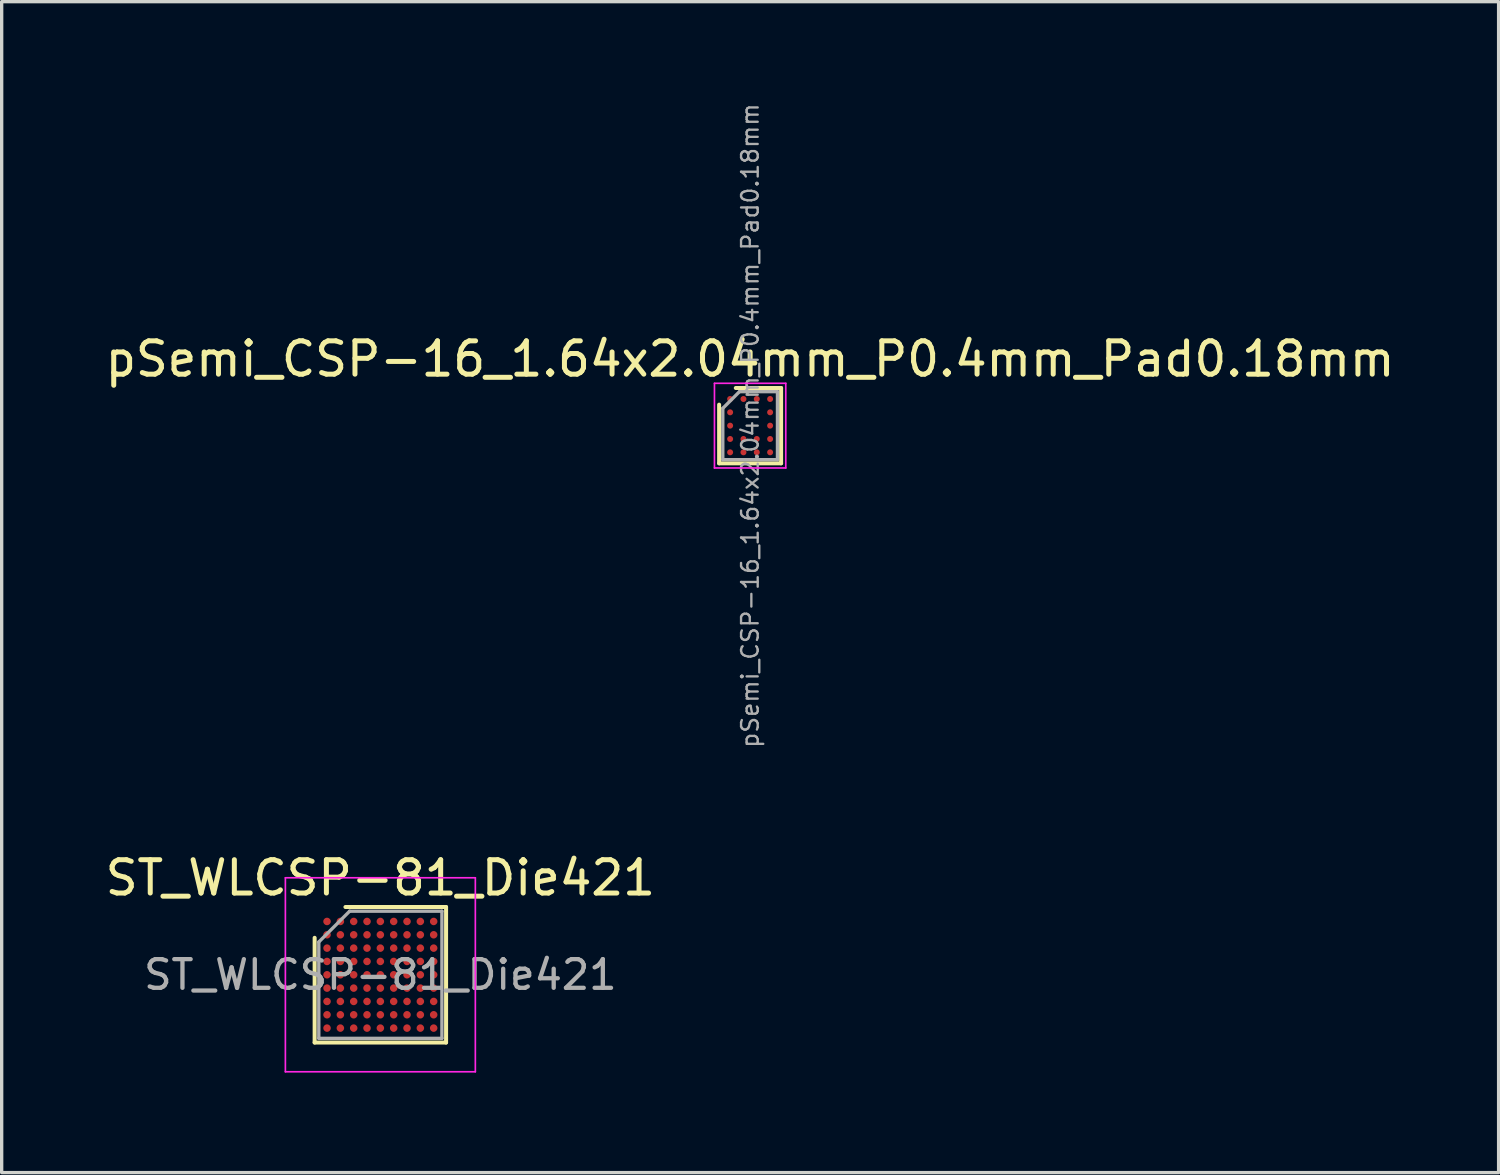
<source format=kicad_pcb>
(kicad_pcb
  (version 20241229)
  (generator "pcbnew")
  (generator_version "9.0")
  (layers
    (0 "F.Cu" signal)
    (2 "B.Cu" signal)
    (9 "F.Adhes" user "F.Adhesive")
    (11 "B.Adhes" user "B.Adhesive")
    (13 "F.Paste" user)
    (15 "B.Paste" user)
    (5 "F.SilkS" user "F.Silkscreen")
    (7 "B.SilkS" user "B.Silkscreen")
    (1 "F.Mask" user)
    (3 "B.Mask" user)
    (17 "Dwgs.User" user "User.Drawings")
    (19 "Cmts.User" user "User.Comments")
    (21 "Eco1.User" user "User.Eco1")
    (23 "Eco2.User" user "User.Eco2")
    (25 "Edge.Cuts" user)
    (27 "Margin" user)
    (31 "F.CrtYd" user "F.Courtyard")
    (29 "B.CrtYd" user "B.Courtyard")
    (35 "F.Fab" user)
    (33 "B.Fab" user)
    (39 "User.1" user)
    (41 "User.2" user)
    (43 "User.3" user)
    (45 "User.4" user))
  (footprint "ST_WLCSP-81_Die421"
    (layer "F.Cu")
    (at 8.363 26.199)
    (property "Reference" "ST_WLCSP-81_Die421" (at 0 -2.908 0) (layer "F.SilkS") (effects (font (size 1 1) (thickness 0.15))))
    (attr smd)
    (fp_line (start -1.972 2.033) (end -1.972 -1.109) (stroke (width 0.12) (type solid)) (layer "F.SilkS"))
    (fp_line (start -1.048 -2.033) (end 1.972 -2.033) (stroke (width 0.12) (type solid)) (layer "F.SilkS"))
    (fp_line (start 1.972 -2.033) (end 1.972 2.033) (stroke (width 0.12) (type solid)) (layer "F.SilkS"))
    (fp_line (start 1.972 2.033) (end -1.972 2.033) (stroke (width 0.12) (type solid)) (layer "F.SilkS"))
    (fp_line (start -2.85 -2.91) (end -2.85 2.91) (stroke (width 0.05) (type solid)) (layer "F.CrtYd"))
    (fp_line (start -2.85 2.91) (end 2.85 2.91) (stroke (width 0.05) (type solid)) (layer "F.CrtYd"))
    (fp_line (start 2.85 -2.91) (end -2.85 -2.91) (stroke (width 0.05) (type solid)) (layer "F.CrtYd"))
    (fp_line (start 2.85 2.91) (end 2.85 -2.91) (stroke (width 0.05) (type solid)) (layer "F.CrtYd"))
    (fp_line (start -1.847 -0.984) (end -0.923 -1.907) (stroke (width 0.1) (type solid)) (layer "F.Fab"))
    (fp_line (start -1.847 1.907) (end -1.847 -0.984) (stroke (width 0.1) (type solid)) (layer "F.Fab"))
    (fp_line (start -0.923 -1.907) (end 1.847 -1.907) (stroke (width 0.1) (type solid)) (layer "F.Fab"))
    (fp_line (start 1.847 -1.907) (end 1.847 1.907) (stroke (width 0.1) (type solid)) (layer "F.Fab"))
    (fp_line (start 1.847 1.907) (end -1.847 1.907) (stroke (width 0.1) (type solid)) (layer "F.Fab"))
    (fp_text user "${REFERENCE}" (at 0 0 0) (layer "F.Fab") (effects (font (size 0.86 0.86) (thickness 0.129))))
    (pad "A1" smd circle (at -1.6 -1.6) (size 0.225 0.225) (layers "F.Cu" "F.Mask" "F.Paste"))
    (pad "A2" smd circle (at -1.2 -1.6) (size 0.225 0.225) (layers "F.Cu" "F.Mask" "F.Paste"))
    (pad "A3" smd circle (at -0.8 -1.6) (size 0.225 0.225) (layers "F.Cu" "F.Mask" "F.Paste"))
    (pad "A4" smd circle (at -0.4 -1.6) (size 0.225 0.225) (layers "F.Cu" "F.Mask" "F.Paste"))
    (pad "A5" smd circle (at 0 -1.6) (size 0.225 0.225) (layers "F.Cu" "F.Mask" "F.Paste"))
    (pad "A6" smd circle (at 0.4 -1.6) (size 0.225 0.225) (layers "F.Cu" "F.Mask" "F.Paste"))
    (pad "A7" smd circle (at 0.8 -1.6) (size 0.225 0.225) (layers "F.Cu" "F.Mask" "F.Paste"))
    (pad "A8" smd circle (at 1.2 -1.6) (size 0.225 0.225) (layers "F.Cu" "F.Mask" "F.Paste"))
    (pad "A9" smd circle (at 1.6 -1.6) (size 0.225 0.225) (layers "F.Cu" "F.Mask" "F.Paste"))
    (pad "B1" smd circle (at -1.6 -1.2) (size 0.225 0.225) (layers "F.Cu" "F.Mask" "F.Paste"))
    (pad "B2" smd circle (at -1.2 -1.2) (size 0.225 0.225) (layers "F.Cu" "F.Mask" "F.Paste"))
    (pad "B3" smd circle (at -0.8 -1.2) (size 0.225 0.225) (layers "F.Cu" "F.Mask" "F.Paste"))
    (pad "B4" smd circle (at -0.4 -1.2) (size 0.225 0.225) (layers "F.Cu" "F.Mask" "F.Paste"))
    (pad "B5" smd circle (at 0 -1.2) (size 0.225 0.225) (layers "F.Cu" "F.Mask" "F.Paste"))
    (pad "B6" smd circle (at 0.4 -1.2) (size 0.225 0.225) (layers "F.Cu" "F.Mask" "F.Paste"))
    (pad "B7" smd circle (at 0.8 -1.2) (size 0.225 0.225) (layers "F.Cu" "F.Mask" "F.Paste"))
    (pad "B8" smd circle (at 1.2 -1.2) (size 0.225 0.225) (layers "F.Cu" "F.Mask" "F.Paste"))
    (pad "B9" smd circle (at 1.6 -1.2) (size 0.225 0.225) (layers "F.Cu" "F.Mask" "F.Paste"))
    (pad "C1" smd circle (at -1.6 -0.8) (size 0.225 0.225) (layers "F.Cu" "F.Mask" "F.Paste"))
    (pad "C2" smd circle (at -1.2 -0.8) (size 0.225 0.225) (layers "F.Cu" "F.Mask" "F.Paste"))
    (pad "C3" smd circle (at -0.8 -0.8) (size 0.225 0.225) (layers "F.Cu" "F.Mask" "F.Paste"))
    (pad "C4" smd circle (at -0.4 -0.8) (size 0.225 0.225) (layers "F.Cu" "F.Mask" "F.Paste"))
    (pad "C5" smd circle (at 0 -0.8) (size 0.225 0.225) (layers "F.Cu" "F.Mask" "F.Paste"))
    (pad "C6" smd circle (at 0.4 -0.8) (size 0.225 0.225) (layers "F.Cu" "F.Mask" "F.Paste"))
    (pad "C7" smd circle (at 0.8 -0.8) (size 0.225 0.225) (layers "F.Cu" "F.Mask" "F.Paste"))
    (pad "C8" smd circle (at 1.2 -0.8) (size 0.225 0.225) (layers "F.Cu" "F.Mask" "F.Paste"))
    (pad "C9" smd circle (at 1.6 -0.8) (size 0.225 0.225) (layers "F.Cu" "F.Mask" "F.Paste"))
    (pad "D1" smd circle (at -1.6 -0.4) (size 0.225 0.225) (layers "F.Cu" "F.Mask" "F.Paste"))
    (pad "D2" smd circle (at -1.2 -0.4) (size 0.225 0.225) (layers "F.Cu" "F.Mask" "F.Paste"))
    (pad "D3" smd circle (at -0.8 -0.4) (size 0.225 0.225) (layers "F.Cu" "F.Mask" "F.Paste"))
    (pad "D4" smd circle (at -0.4 -0.4) (size 0.225 0.225) (layers "F.Cu" "F.Mask" "F.Paste"))
    (pad "D5" smd circle (at 0 -0.4) (size 0.225 0.225) (layers "F.Cu" "F.Mask" "F.Paste"))
    (pad "D6" smd circle (at 0.4 -0.4) (size 0.225 0.225) (layers "F.Cu" "F.Mask" "F.Paste"))
    (pad "D7" smd circle (at 0.8 -0.4) (size 0.225 0.225) (layers "F.Cu" "F.Mask" "F.Paste"))
    (pad "D8" smd circle (at 1.2 -0.4) (size 0.225 0.225) (layers "F.Cu" "F.Mask" "F.Paste"))
    (pad "D9" smd circle (at 1.6 -0.4) (size 0.225 0.225) (layers "F.Cu" "F.Mask" "F.Paste"))
    (pad "E1" smd circle (at -1.6 0) (size 0.225 0.225) (layers "F.Cu" "F.Mask" "F.Paste"))
    (pad "E2" smd circle (at -1.2 0) (size 0.225 0.225) (layers "F.Cu" "F.Mask" "F.Paste"))
    (pad "E3" smd circle (at -0.8 0) (size 0.225 0.225) (layers "F.Cu" "F.Mask" "F.Paste"))
    (pad "E4" smd circle (at -0.4 0) (size 0.225 0.225) (layers "F.Cu" "F.Mask" "F.Paste"))
    (pad "E5" smd circle (at 0 0) (size 0.225 0.225) (layers "F.Cu" "F.Mask" "F.Paste"))
    (pad "E6" smd circle (at 0.4 0) (size 0.225 0.225) (layers "F.Cu" "F.Mask" "F.Paste"))
    (pad "E7" smd circle (at 0.8 0) (size 0.225 0.225) (layers "F.Cu" "F.Mask" "F.Paste"))
    (pad "E8" smd circle (at 1.2 0) (size 0.225 0.225) (layers "F.Cu" "F.Mask" "F.Paste"))
    (pad "E9" smd circle (at 1.6 0) (size 0.225 0.225) (layers "F.Cu" "F.Mask" "F.Paste"))
    (pad "F1" smd circle (at -1.6 0.4) (size 0.225 0.225) (layers "F.Cu" "F.Mask" "F.Paste"))
    (pad "F2" smd circle (at -1.2 0.4) (size 0.225 0.225) (layers "F.Cu" "F.Mask" "F.Paste"))
    (pad "F3" smd circle (at -0.8 0.4) (size 0.225 0.225) (layers "F.Cu" "F.Mask" "F.Paste"))
    (pad "F4" smd circle (at -0.4 0.4) (size 0.225 0.225) (layers "F.Cu" "F.Mask" "F.Paste"))
    (pad "F5" smd circle (at 0 0.4) (size 0.225 0.225) (layers "F.Cu" "F.Mask" "F.Paste"))
    (pad "F6" smd circle (at 0.4 0.4) (size 0.225 0.225) (layers "F.Cu" "F.Mask" "F.Paste"))
    (pad "F7" smd circle (at 0.8 0.4) (size 0.225 0.225) (layers "F.Cu" "F.Mask" "F.Paste"))
    (pad "F8" smd circle (at 1.2 0.4) (size 0.225 0.225) (layers "F.Cu" "F.Mask" "F.Paste"))
    (pad "F9" smd circle (at 1.6 0.4) (size 0.225 0.225) (layers "F.Cu" "F.Mask" "F.Paste"))
    (pad "G1" smd circle (at -1.6 0.8) (size 0.225 0.225) (layers "F.Cu" "F.Mask" "F.Paste"))
    (pad "G2" smd circle (at -1.2 0.8) (size 0.225 0.225) (layers "F.Cu" "F.Mask" "F.Paste"))
    (pad "G3" smd circle (at -0.8 0.8) (size 0.225 0.225) (layers "F.Cu" "F.Mask" "F.Paste"))
    (pad "G4" smd circle (at -0.4 0.8) (size 0.225 0.225) (layers "F.Cu" "F.Mask" "F.Paste"))
    (pad "G5" smd circle (at 0 0.8) (size 0.225 0.225) (layers "F.Cu" "F.Mask" "F.Paste"))
    (pad "G6" smd circle (at 0.4 0.8) (size 0.225 0.225) (layers "F.Cu" "F.Mask" "F.Paste"))
    (pad "G7" smd circle (at 0.8 0.8) (size 0.225 0.225) (layers "F.Cu" "F.Mask" "F.Paste"))
    (pad "G8" smd circle (at 1.2 0.8) (size 0.225 0.225) (layers "F.Cu" "F.Mask" "F.Paste"))
    (pad "G9" smd circle (at 1.6 0.8) (size 0.225 0.225) (layers "F.Cu" "F.Mask" "F.Paste"))
    (pad "H1" smd circle (at -1.6 1.2) (size 0.225 0.225) (layers "F.Cu" "F.Mask" "F.Paste"))
    (pad "H2" smd circle (at -1.2 1.2) (size 0.225 0.225) (layers "F.Cu" "F.Mask" "F.Paste"))
    (pad "H3" smd circle (at -0.8 1.2) (size 0.225 0.225) (layers "F.Cu" "F.Mask" "F.Paste"))
    (pad "H4" smd circle (at -0.4 1.2) (size 0.225 0.225) (layers "F.Cu" "F.Mask" "F.Paste"))
    (pad "H5" smd circle (at 0 1.2) (size 0.225 0.225) (layers "F.Cu" "F.Mask" "F.Paste"))
    (pad "H6" smd circle (at 0.4 1.2) (size 0.225 0.225) (layers "F.Cu" "F.Mask" "F.Paste"))
    (pad "H7" smd circle (at 0.8 1.2) (size 0.225 0.225) (layers "F.Cu" "F.Mask" "F.Paste"))
    (pad "H8" smd circle (at 1.2 1.2) (size 0.225 0.225) (layers "F.Cu" "F.Mask" "F.Paste"))
    (pad "H9" smd circle (at 1.6 1.2) (size 0.225 0.225) (layers "F.Cu" "F.Mask" "F.Paste"))
    (pad "J1" smd circle (at -1.6 1.6) (size 0.225 0.225) (layers "F.Cu" "F.Mask" "F.Paste"))
    (pad "J2" smd circle (at -1.2 1.6) (size 0.225 0.225) (layers "F.Cu" "F.Mask" "F.Paste"))
    (pad "J3" smd circle (at -0.8 1.6) (size 0.225 0.225) (layers "F.Cu" "F.Mask" "F.Paste"))
    (pad "J4" smd circle (at -0.4 1.6) (size 0.225 0.225) (layers "F.Cu" "F.Mask" "F.Paste"))
    (pad "J5" smd circle (at 0 1.6) (size 0.225 0.225) (layers "F.Cu" "F.Mask" "F.Paste"))
    (pad "J6" smd circle (at 0.4 1.6) (size 0.225 0.225) (layers "F.Cu" "F.Mask" "F.Paste"))
    (pad "J7" smd circle (at 0.8 1.6) (size 0.225 0.225) (layers "F.Cu" "F.Mask" "F.Paste"))
    (pad "J8" smd circle (at 1.2 1.6) (size 0.225 0.225) (layers "F.Cu" "F.Mask" "F.Paste"))
    (pad "J9" smd circle (at 1.6 1.6) (size 0.225 0.225) (layers "F.Cu" "F.Mask" "F.Paste")))
  (footprint "pSemi_CSP-16_1.64x2.04mm_P0.4mm_Pad0.18mm"
    (layer "F.Cu")
    (at 19.458 9.722)
    (property "Reference" "pSemi_CSP-16_1.64x2.04mm_P0.4mm_Pad0.18mm" (at 0 -2 0) (layer "F.SilkS") (effects (font (size 1 1) (thickness 0.15))))
    (attr smd)
    (fp_line (start -0.93 -0.63) (end -0.93 1.13) (stroke (width 0.12) (type solid)) (layer "F.SilkS"))
    (fp_line (start 0.93 -1.13) (end -0.43 -1.13) (stroke (width 0.12) (type solid)) (layer "F.SilkS"))
    (fp_line (start 0.93 -1.13) (end 0.93 1.13) (stroke (width 0.12) (type solid)) (layer "F.SilkS"))
    (fp_line (start 0.93 1.13) (end -0.93 1.13) (stroke (width 0.12) (type solid)) (layer "F.SilkS"))
    (fp_line (start -1.07 -1.27) (end -1.07 1.27) (stroke (width 0.05) (type solid)) (layer "F.CrtYd"))
    (fp_line (start 1.07 -1.27) (end -1.07 -1.27) (stroke (width 0.05) (type solid)) (layer "F.CrtYd"))
    (fp_line (start 1.07 -1.27) (end 1.07 1.27) (stroke (width 0.05) (type solid)) (layer "F.CrtYd"))
    (fp_line (start 1.07 1.27) (end -1.07 1.27) (stroke (width 0.05) (type solid)) (layer "F.CrtYd"))
    (fp_line (start -0.82 1.02) (end -0.82 -0.52) (stroke (width 0.1) (type solid)) (layer "F.Fab"))
    (fp_line (start -0.32 -1.02) (end -0.82 -0.52) (stroke (width 0.1) (type solid)) (layer "F.Fab"))
    (fp_line (start -0.32 -1.02) (end 0.82 -1.02) (stroke (width 0.1) (type solid)) (layer "F.Fab"))
    (fp_line (start 0.82 -1.02) (end 0.82 1.02) (stroke (width 0.1) (type solid)) (layer "F.Fab"))
    (fp_line (start 0.82 1.02) (end -0.82 1.02) (stroke (width 0.1) (type solid)) (layer "F.Fab"))
    (fp_text user "${REFERENCE}" (at 0 0 90) (layer "F.Fab") (effects (font (size 0.5 0.5) (thickness 0.07))))
    (pad "1" smd circle (at -0.6 -0.8) (size 0.18 0.18) (layers "F.Cu" "F.Mask" "F.Paste"))
    (pad "2" smd circle (at -0.6 -0.4) (size 0.18 0.18) (layers "F.Cu" "F.Mask" "F.Paste"))
    (pad "3" smd circle (at -0.6 0) (size 0.18 0.18) (layers "F.Cu" "F.Mask" "F.Paste"))
    (pad "4" smd circle (at -0.6 0.4) (size 0.18 0.18) (layers "F.Cu" "F.Mask" "F.Paste"))
    (pad "5" smd circle (at -0.6 0.8) (size 0.18 0.18) (layers "F.Cu" "F.Mask" "F.Paste"))
    (pad "6" smd circle (at -0.2 -0.8) (size 0.18 0.18) (layers "F.Cu" "F.Mask" "F.Paste"))
    (pad "7" smd circle (at -0.2 0.4) (size 0.18 0.18) (layers "F.Cu" "F.Mask" "F.Paste"))
    (pad "8" smd circle (at -0.2 0.8) (size 0.18 0.18) (layers "F.Cu" "F.Mask" "F.Paste"))
    (pad "9" smd circle (at 0.2 -0.8) (size 0.18 0.18) (layers "F.Cu" "F.Mask" "F.Paste"))
    (pad "10" smd circle (at 0.2 0.4) (size 0.18 0.18) (layers "F.Cu" "F.Mask" "F.Paste"))
    (pad "11" smd circle (at 0.2 0.8) (size 0.18 0.18) (layers "F.Cu" "F.Mask" "F.Paste"))
    (pad "12" smd circle (at 0.6 -0.8) (size 0.18 0.18) (layers "F.Cu" "F.Mask" "F.Paste"))
    (pad "13" smd circle (at 0.6 -0.4) (size 0.18 0.18) (layers "F.Cu" "F.Mask" "F.Paste"))
    (pad "14" smd circle (at 0.6 0) (size 0.18 0.18) (layers "F.Cu" "F.Mask" "F.Paste"))
    (pad "15" smd circle (at 0.6 0.4) (size 0.18 0.18) (layers "F.Cu" "F.Mask" "F.Paste"))
    (pad "16" smd circle (at 0.6 0.8) (size 0.18 0.18) (layers "F.Cu" "F.Mask" "F.Paste")))
  (gr_rect
    (start -3 -3)
    (end 41.917 32.134)
    (stroke (width 0.1) (type default))
    (fill no)
    (layer "Edge.Cuts")))
</source>
